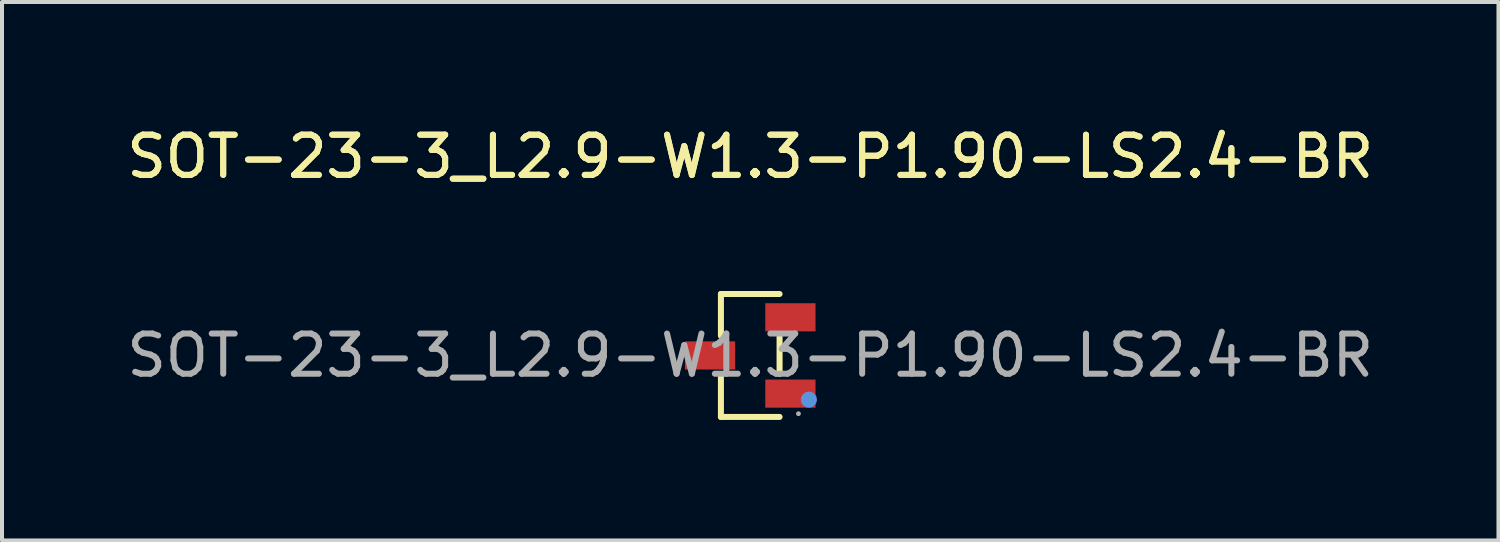
<source format=kicad_pcb>
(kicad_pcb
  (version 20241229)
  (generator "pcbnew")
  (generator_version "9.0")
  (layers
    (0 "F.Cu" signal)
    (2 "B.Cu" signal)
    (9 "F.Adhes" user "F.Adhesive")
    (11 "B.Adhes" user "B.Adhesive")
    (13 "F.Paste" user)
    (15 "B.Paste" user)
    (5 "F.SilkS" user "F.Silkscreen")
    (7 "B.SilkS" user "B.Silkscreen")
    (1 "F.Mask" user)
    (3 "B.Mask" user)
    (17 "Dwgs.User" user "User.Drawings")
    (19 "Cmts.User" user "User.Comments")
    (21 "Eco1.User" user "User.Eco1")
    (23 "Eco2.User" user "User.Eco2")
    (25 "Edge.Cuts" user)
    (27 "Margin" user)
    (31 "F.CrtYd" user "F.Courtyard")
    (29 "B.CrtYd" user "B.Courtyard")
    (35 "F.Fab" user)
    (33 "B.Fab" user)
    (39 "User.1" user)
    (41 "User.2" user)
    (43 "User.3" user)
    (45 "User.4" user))
  (footprint "SOT-23-3_L2.9-W1.3-P1.90-LS2.4-BR"
    (layer "F.Cu")
    (at 15.625 5.798)
    (property "Reference" "SOT-23-3_L2.9-W1.3-P1.90-LS2.4-BR" (at 0 -4.95 0) (layer "F.SilkS") (effects (font (size 1 1) (thickness 0.15))))
    (attr smd)
    (fp_line (start -0.73 -1.53) (end -0.73 -0.49) (stroke (width 0.15) (type solid)) (layer "F.SilkS"))
    (fp_line (start -0.73 1.53) (end -0.73 0.49) (stroke (width 0.15) (type solid)) (layer "F.SilkS"))
    (fp_line (start 0.73 -1.53) (end -0.73 -1.53) (stroke (width 0.15) (type solid)) (layer "F.SilkS"))
    (fp_line (start 0.73 -0.46) (end 0.73 0.46) (stroke (width 0.15) (type solid)) (layer "F.SilkS"))
    (fp_line (start 0.73 1.53) (end -0.73 1.53) (stroke (width 0.15) (type solid)) (layer "F.SilkS"))
    (fp_circle (center 1.46 1.1) (end 1.56 1.1) (stroke (width 0.2) (type solid)) (fill no) (layer "Cmts.User"))
    (fp_circle (center 1.2 1.45) (end 1.23 1.45) (stroke (width 0.06) (type solid)) (fill no) (layer "F.Fab"))
    (fp_text user "${REFERENCE}" (at 0 -4.95 0) (layer "F.SilkS") (effects (font (size 1 1) (thickness 0.15))))
    (fp_text user "${REFERENCE}" (at 0 0 0) (layer "F.Fab") (effects (font (size 1 1) (thickness 0.15))))
    (pad "1" smd rect (at 1 0.95) (size 1.25 0.7) (layers "F.Cu" "F.Mask" "F.Paste"))
    (pad "2" smd rect (at 1 -0.95) (size 1.25 0.7) (layers "F.Cu" "F.Mask" "F.Paste"))
    (pad "3" smd rect (at -1 0) (size 1.25 0.7) (layers "F.Cu" "F.Mask" "F.Paste")))
  (gr_rect
    (start -3 -3)
    (end 34.25 10.403)
    (stroke (width 0.1) (type default))
    (fill no)
    (layer "Edge.Cuts")))
</source>
